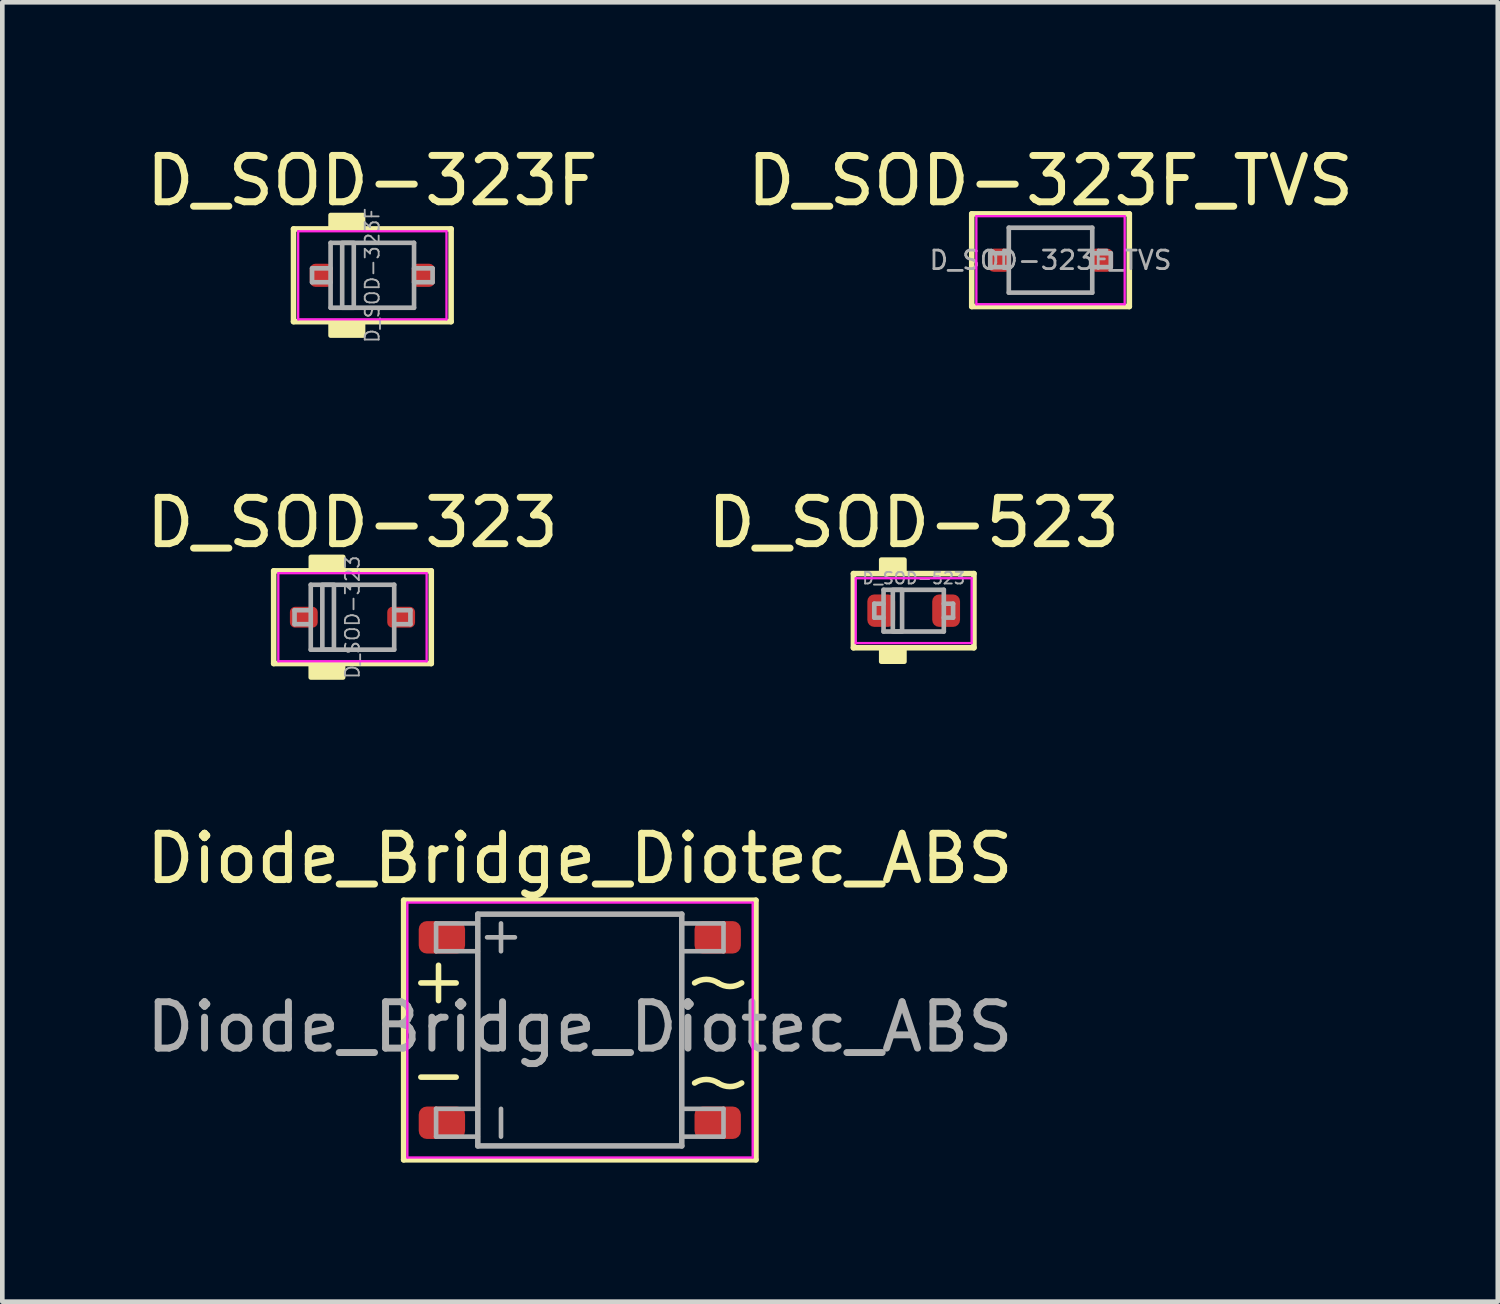
<source format=kicad_pcb>
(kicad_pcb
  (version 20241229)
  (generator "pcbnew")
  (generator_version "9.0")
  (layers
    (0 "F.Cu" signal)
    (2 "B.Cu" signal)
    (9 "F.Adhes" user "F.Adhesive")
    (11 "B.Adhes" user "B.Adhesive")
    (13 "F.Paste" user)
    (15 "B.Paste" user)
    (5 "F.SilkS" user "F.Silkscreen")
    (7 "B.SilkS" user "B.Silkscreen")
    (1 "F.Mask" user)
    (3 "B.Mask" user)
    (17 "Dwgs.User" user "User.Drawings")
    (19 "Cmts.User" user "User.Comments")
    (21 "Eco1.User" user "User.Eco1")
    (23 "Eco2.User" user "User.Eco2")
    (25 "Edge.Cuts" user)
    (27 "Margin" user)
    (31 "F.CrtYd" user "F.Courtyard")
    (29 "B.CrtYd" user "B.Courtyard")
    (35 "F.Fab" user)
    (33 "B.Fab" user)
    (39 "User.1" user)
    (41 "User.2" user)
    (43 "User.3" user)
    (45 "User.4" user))
  (footprint "D_SOD-323F_TVS"
    (layer "F.Cu")
    (at 19.613 2.563)
    (property "Reference" "D_SOD-323F_TVS" (at 0 -1.714 0) (layer "F.SilkS") (effects (font (size 1 1) (thickness 0.15))))
    (attr smd)
    (fp_line (start -1.7 -1) (end -1.7 1) (stroke (width 0.12) (type solid)) (layer "F.SilkS"))
    (fp_line (start -1.7 1) (end 1.7 1) (stroke (width 0.12) (type solid)) (layer "F.SilkS"))
    (fp_line (start 1.7 -1) (end -1.7 -1) (stroke (width 0.12) (type solid)) (layer "F.SilkS"))
    (fp_line (start 1.7 1) (end 1.7 -1) (stroke (width 0.12) (type solid)) (layer "F.SilkS"))
    (fp_line (start -1.6 -0.95) (end -1.6 0.95) (stroke (width 0.05) (type solid)) (layer "F.CrtYd"))
    (fp_line (start -1.6 -0.95) (end 1.6 -0.95) (stroke (width 0.05) (type solid)) (layer "F.CrtYd"))
    (fp_line (start -1.6 0.95) (end 1.6 0.95) (stroke (width 0.05) (type solid)) (layer "F.CrtYd"))
    (fp_line (start 1.6 -0.95) (end 1.6 0.95) (stroke (width 0.05) (type solid)) (layer "F.CrtYd"))
    (fp_line (start -1.3 -0.15) (end -1.3 0.15) (stroke (width 0.1) (type solid)) (layer "F.Fab"))
    (fp_line (start -1.3 -0.15) (end -0.9 -0.15) (stroke (width 0.1) (type solid)) (layer "F.Fab"))
    (fp_line (start -1.3 0.15) (end -0.9 0.15) (stroke (width 0.1) (type solid)) (layer "F.Fab"))
    (fp_line (start -0.9 -0.7) (end 0.9 -0.7) (stroke (width 0.1) (type solid)) (layer "F.Fab"))
    (fp_line (start -0.9 0.7) (end -0.9 -0.7) (stroke (width 0.1) (type solid)) (layer "F.Fab"))
    (fp_line (start 0.9 -0.7) (end 0.9 0.7) (stroke (width 0.1) (type solid)) (layer "F.Fab"))
    (fp_line (start 0.9 0.7) (end -0.9 0.7) (stroke (width 0.1) (type solid)) (layer "F.Fab"))
    (fp_line (start 1.3 -0.15) (end 0.9 -0.15) (stroke (width 0.1) (type solid)) (layer "F.Fab"))
    (fp_line (start 1.3 0.15) (end 0.9 0.15) (stroke (width 0.1) (type solid)) (layer "F.Fab"))
    (fp_line (start 1.3 0.15) (end 1.3 -0.15) (stroke (width 0.1) (type solid)) (layer "F.Fab"))
    (fp_text user "${REFERENCE}" (at 0 0 0) (layer "F.Fab") (effects (font (size 0.4 0.4) (thickness 0.06))))
    (pad "1" smd roundrect (at -1.1 0) (size 0.5 0.5) (layers "F.Cu" "F.Mask" "F.Paste") (roundrect_rratio 0.25))
    (pad "2" smd roundrect (at 1.1 0) (size 0.5 0.5) (layers "F.Cu" "F.Mask" "F.Paste") (roundrect_rratio 0.25)))
  (footprint "D_SOD-323"
    (layer "F.Cu")
    (at 4.554 10.265)
    (property "Reference" "D_SOD-323" (at 0 -2.041 0) (layer "F.SilkS") (effects (font (size 1 1) (thickness 0.15))))
    (attr smd)
    (fp_line (start -1.7 -1) (end -1.7 1) (stroke (width 0.12) (type solid)) (layer "F.SilkS"))
    (fp_line (start -1.7 1) (end 1.7 1) (stroke (width 0.12) (type solid)) (layer "F.SilkS"))
    (fp_line (start 1.7 -1) (end -1.7 -1) (stroke (width 0.12) (type solid)) (layer "F.SilkS"))
    (fp_line (start 1.7 1) (end 1.7 -1) (stroke (width 0.12) (type solid)) (layer "F.SilkS"))
    (fp_poly (pts (xy -0.202 1.3) (xy -0.9 1.3) (xy -0.9 1) (xy -0.202 1)) (stroke (width 0.1) (type solid)) (fill yes) (layer "F.SilkS"))
    (fp_poly (pts (xy -0.2 -1) (xy -0.898 -1) (xy -0.898 -1.3) (xy -0.2 -1.3)) (stroke (width 0.1) (type solid)) (fill yes) (layer "F.SilkS"))
    (fp_line (start -1.6 -0.95) (end -1.6 0.95) (stroke (width 0.05) (type solid)) (layer "F.CrtYd"))
    (fp_line (start -1.6 -0.95) (end 1.6 -0.95) (stroke (width 0.05) (type solid)) (layer "F.CrtYd"))
    (fp_line (start -1.6 0.95) (end 1.6 0.95) (stroke (width 0.05) (type solid)) (layer "F.CrtYd"))
    (fp_line (start 1.6 -0.95) (end 1.6 0.95) (stroke (width 0.05) (type solid)) (layer "F.CrtYd"))
    (fp_line (start -1.25 -0.15) (end -1.25 0.15) (stroke (width 0.1) (type solid)) (layer "F.Fab"))
    (fp_line (start -1.25 -0.15) (end -0.9 -0.15) (stroke (width 0.1) (type solid)) (layer "F.Fab"))
    (fp_line (start -1.25 0.15) (end -0.9 0.15) (stroke (width 0.1) (type solid)) (layer "F.Fab"))
    (fp_line (start -0.9 -0.7) (end 0.9 -0.7) (stroke (width 0.1) (type solid)) (layer "F.Fab"))
    (fp_line (start -0.9 0.7) (end -0.9 -0.7) (stroke (width 0.1) (type solid)) (layer "F.Fab"))
    (fp_line (start 0.9 -0.7) (end 0.9 0.7) (stroke (width 0.1) (type solid)) (layer "F.Fab"))
    (fp_line (start 0.9 0.7) (end -0.9 0.7) (stroke (width 0.1) (type solid)) (layer "F.Fab"))
    (fp_line (start 1.25 -0.15) (end 0.9 -0.15) (stroke (width 0.1) (type solid)) (layer "F.Fab"))
    (fp_line (start 1.25 0.15) (end 0.9 0.15) (stroke (width 0.1) (type solid)) (layer "F.Fab"))
    (fp_line (start 1.25 0.15) (end 1.25 -0.15) (stroke (width 0.1) (type solid)) (layer "F.Fab"))
    (fp_rect (start -0.65 -0.7) (end -0.4 0.7) (stroke (width 0.1) (type solid)) (fill no) (layer "F.Fab"))
    (fp_text user "${REFERENCE}" (at 0 0 90) (layer "F.Fab") (effects (font (size 0.3 0.3) (thickness 0.04))))
    (pad "1" smd roundrect (at -1.05 0) (size 0.6 0.45) (layers "F.Cu" "F.Mask" "F.Paste") (roundrect_rratio 0.25))
    (pad "2" smd roundrect (at 1.05 0) (size 0.6 0.45) (layers "F.Cu" "F.Mask" "F.Paste") (roundrect_rratio 0.25)))
  (footprint "D_SOD-323F"
    (layer "F.Cu")
    (at 4.982 2.889)
    (property "Reference" "D_SOD-323F" (at 0 -2.041 0) (layer "F.SilkS") (effects (font (size 1 1) (thickness 0.15))))
    (attr smd)
    (fp_line (start -1.7 -1) (end -1.7 1) (stroke (width 0.12) (type solid)) (layer "F.SilkS"))
    (fp_line (start -1.7 1) (end 1.7 1) (stroke (width 0.12) (type solid)) (layer "F.SilkS"))
    (fp_line (start 1.7 -1) (end -1.7 -1) (stroke (width 0.12) (type solid)) (layer "F.SilkS"))
    (fp_line (start 1.7 1) (end 1.7 -1) (stroke (width 0.12) (type solid)) (layer "F.SilkS"))
    (fp_poly (pts (xy -0.2 -1) (xy -0.9 -1) (xy -0.9 -1.3) (xy -0.2 -1.3)) (stroke (width 0.1) (type solid)) (fill yes) (layer "F.SilkS"))
    (fp_poly (pts (xy -0.2 1.3) (xy -0.9 1.3) (xy -0.9 1) (xy -0.2 1)) (stroke (width 0.1) (type solid)) (fill yes) (layer "F.SilkS"))
    (fp_line (start -1.6 -0.95) (end -1.6 0.95) (stroke (width 0.05) (type solid)) (layer "F.CrtYd"))
    (fp_line (start -1.6 -0.95) (end 1.6 -0.95) (stroke (width 0.05) (type solid)) (layer "F.CrtYd"))
    (fp_line (start -1.6 0.95) (end 1.6 0.95) (stroke (width 0.05) (type solid)) (layer "F.CrtYd"))
    (fp_line (start 1.6 -0.95) (end 1.6 0.95) (stroke (width 0.05) (type solid)) (layer "F.CrtYd"))
    (fp_line (start -1.3 -0.15) (end -1.3 0.15) (stroke (width 0.1) (type solid)) (layer "F.Fab"))
    (fp_line (start -1.3 -0.15) (end -0.9 -0.15) (stroke (width 0.1) (type solid)) (layer "F.Fab"))
    (fp_line (start -1.3 0.15) (end -0.9 0.15) (stroke (width 0.1) (type solid)) (layer "F.Fab"))
    (fp_line (start -0.9 -0.7) (end 0.9 -0.7) (stroke (width 0.1) (type solid)) (layer "F.Fab"))
    (fp_line (start -0.9 0.7) (end -0.9 -0.7) (stroke (width 0.1) (type solid)) (layer "F.Fab"))
    (fp_line (start 0.9 -0.7) (end 0.9 0.7) (stroke (width 0.1) (type solid)) (layer "F.Fab"))
    (fp_line (start 0.9 0.7) (end -0.9 0.7) (stroke (width 0.1) (type solid)) (layer "F.Fab"))
    (fp_line (start 1.3 -0.15) (end 0.9 -0.15) (stroke (width 0.1) (type solid)) (layer "F.Fab"))
    (fp_line (start 1.3 0.15) (end 0.9 0.15) (stroke (width 0.1) (type solid)) (layer "F.Fab"))
    (fp_line (start 1.3 0.15) (end 1.3 -0.15) (stroke (width 0.1) (type solid)) (layer "F.Fab"))
    (fp_rect (start -0.65 -0.7) (end -0.4 0.7) (stroke (width 0.1) (type solid)) (fill no) (layer "F.Fab"))
    (fp_text user "${REFERENCE}" (at 0 0 270) (layer "F.Fab") (effects (font (size 0.3 0.3) (thickness 0.04))))
    (pad "1" smd roundrect (at -1.1 0) (size 0.5 0.5) (layers "F.Cu" "F.Mask" "F.Paste") (roundrect_rratio 0.25))
    (pad "2" smd roundrect (at 1.1 0) (size 0.5 0.5) (layers "F.Cu" "F.Mask" "F.Paste") (roundrect_rratio 0.25)))
  (footprint "D_SOD-523"
    (layer "F.Cu")
    (at 16.661 10.124)
    (property "Reference" "D_SOD-523" (at 0 -1.9 0) (layer "F.SilkS") (effects (font (size 1 1) (thickness 0.15))))
    (attr smd)
    (fp_line (start -1.3 -0.8) (end -1.3 0.8) (stroke (width 0.12) (type solid)) (layer "F.SilkS"))
    (fp_line (start -1.3 0.8) (end 1.3 0.8) (stroke (width 0.12) (type solid)) (layer "F.SilkS"))
    (fp_line (start 1.3 -0.8) (end -1.3 -0.8) (stroke (width 0.12) (type solid)) (layer "F.SilkS"))
    (fp_line (start 1.3 0.8) (end 1.3 -0.8) (stroke (width 0.12) (type solid)) (layer "F.SilkS"))
    (fp_poly (pts (xy -0.2 -0.8) (xy -0.7 -0.8) (xy -0.7 -1.1) (xy -0.2 -1.1)) (stroke (width 0.1) (type solid)) (fill yes) (layer "F.SilkS"))
    (fp_poly (pts (xy -0.2 1.1) (xy -0.7 1.1) (xy -0.7 0.8) (xy -0.2 0.8)) (stroke (width 0.1) (type solid)) (fill yes) (layer "F.SilkS"))
    (fp_line (start -1.25 -0.7) (end 1.25 -0.7) (stroke (width 0.05) (type solid)) (layer "F.CrtYd"))
    (fp_line (start -1.25 0.7) (end -1.25 -0.7) (stroke (width 0.05) (type solid)) (layer "F.CrtYd"))
    (fp_line (start 1.25 -0.7) (end 1.25 0.7) (stroke (width 0.05) (type solid)) (layer "F.CrtYd"))
    (fp_line (start 1.25 0.7) (end -1.25 0.7) (stroke (width 0.05) (type solid)) (layer "F.CrtYd"))
    (fp_line (start -0.85 -0.15) (end -0.85 0.15) (stroke (width 0.1) (type solid)) (layer "F.Fab"))
    (fp_line (start -0.85 -0.15) (end -0.65 -0.15) (stroke (width 0.1) (type solid)) (layer "F.Fab"))
    (fp_line (start -0.85 0.15) (end -0.65 0.15) (stroke (width 0.1) (type solid)) (layer "F.Fab"))
    (fp_line (start -0.65 -0.45) (end 0.65 -0.45) (stroke (width 0.1) (type solid)) (layer "F.Fab"))
    (fp_line (start -0.65 0.45) (end -0.65 -0.45) (stroke (width 0.1) (type solid)) (layer "F.Fab"))
    (fp_line (start 0.65 -0.45) (end 0.65 0.45) (stroke (width 0.1) (type solid)) (layer "F.Fab"))
    (fp_line (start 0.65 0.45) (end -0.65 0.45) (stroke (width 0.1) (type solid)) (layer "F.Fab"))
    (fp_line (start 0.85 -0.15) (end 0.65 -0.15) (stroke (width 0.1) (type solid)) (layer "F.Fab"))
    (fp_line (start 0.85 0.15) (end 0.65 0.15) (stroke (width 0.1) (type solid)) (layer "F.Fab"))
    (fp_line (start 0.85 0.15) (end 0.85 -0.15) (stroke (width 0.1) (type solid)) (layer "F.Fab"))
    (fp_rect (start -0.45 -0.45) (end -0.25 0.45) (stroke (width 0.1) (type solid)) (fill no) (layer "F.Fab"))
    (fp_text user "${REFERENCE}" (at 0 -0.7 0) (layer "F.Fab") (effects (font (size 0.25 0.25) (thickness 0.04))))
    (pad "1" smd roundrect (at -0.7 0 180) (size 0.6 0.7) (layers "F.Cu" "F.Mask" "F.Paste") (roundrect_rratio 0.25))
    (pad "2" smd roundrect (at 0.7 0 180) (size 0.6 0.7) (layers "F.Cu" "F.Mask" "F.Paste") (roundrect_rratio 0.25)))
  (footprint "Diode_Bridge_Diotec_ABS"
    (layer "F.Cu")
    (at 9.458 19.171)
    (property "Reference" "Diode_Bridge_Diotec_ABS" (at 0 -3.7 0) (layer "F.SilkS") (effects (font (size 1 1) (thickness 0.15))))
    (attr smd)
    (fp_line (start -3.8 -2.8) (end -3.8 2.8) (stroke (width 0.12) (type solid)) (layer "F.SilkS"))
    (fp_line (start -3.8 2.8) (end 3.8 2.8) (stroke (width 0.12) (type solid)) (layer "F.SilkS"))
    (fp_line (start -3.429 -1.016) (end -2.667 -1.016) (stroke (width 0.12) (type solid)) (layer "F.SilkS"))
    (fp_line (start -3.429 1.016) (end -2.667 1.016) (stroke (width 0.12) (type solid)) (layer "F.SilkS"))
    (fp_line (start -3.048 -1.397) (end -3.048 -0.635) (stroke (width 0.12) (type solid)) (layer "F.SilkS"))
    (fp_line (start 3.8 -2.8) (end -3.8 -2.8) (stroke (width 0.12) (type solid)) (layer "F.SilkS"))
    (fp_line (start 3.8 2.8) (end 3.8 -2.8) (stroke (width 0.12) (type solid)) (layer "F.SilkS"))
    (fp_arc (start 2.476501 -1.015999) (mid 2.7305 -1.092904) (end 2.984499 -1.015999) (stroke (width 0.12) (type solid)) (layer "F.SilkS"))
    (fp_arc (start 2.476501 1.143001) (mid 2.7305 1.066096) (end 2.984499 1.143001) (stroke (width 0.12) (type solid)) (layer "F.SilkS"))
    (fp_arc (start 3.4925 -1.016) (mid 3.238501 -0.939095) (end 2.984502 -1.016) (stroke (width 0.12) (type solid)) (layer "F.SilkS"))
    (fp_arc (start 3.4925 1.143) (mid 3.238501 1.219905) (end 2.984502 1.143) (stroke (width 0.12) (type solid)) (layer "F.SilkS"))
    (fp_line (start -3.72 -2.75) (end -3.72 2.75) (stroke (width 0.05) (type solid)) (layer "F.CrtYd"))
    (fp_line (start -3.72 -2.75) (end 3.73 -2.75) (stroke (width 0.05) (type solid)) (layer "F.CrtYd"))
    (fp_line (start 3.73 2.75) (end -3.72 2.75) (stroke (width 0.05) (type solid)) (layer "F.CrtYd"))
    (fp_line (start 3.73 2.75) (end 3.73 -2.75) (stroke (width 0.05) (type solid)) (layer "F.CrtYd"))
    (fp_line (start -3.1 -2.3) (end -2.2 -2.3) (stroke (width 0.1) (type solid)) (layer "F.Fab"))
    (fp_line (start -3.1 -1.7) (end -3.1 -2.3) (stroke (width 0.1) (type solid)) (layer "F.Fab"))
    (fp_line (start -3.1 1.7) (end -2.2 1.7) (stroke (width 0.1) (type solid)) (layer "F.Fab"))
    (fp_line (start -3.1 2.3) (end -3.1 1.7) (stroke (width 0.1) (type solid)) (layer "F.Fab"))
    (fp_line (start -2.2 -2.5) (end -2.2 2.5) (stroke (width 0.12) (type solid)) (layer "F.Fab"))
    (fp_line (start -2.2 -1.7) (end -3.1 -1.7) (stroke (width 0.1) (type solid)) (layer "F.Fab"))
    (fp_line (start -2.2 2.3) (end -3.1 2.3) (stroke (width 0.1) (type solid)) (layer "F.Fab"))
    (fp_line (start -2.2 2.5) (end 2.2 2.5) (stroke (width 0.12) (type solid)) (layer "F.Fab"))
    (fp_line (start -2 -2) (end -1.4 -2) (stroke (width 0.1) (type solid)) (layer "F.Fab"))
    (fp_line (start -1.7 -2.3) (end -1.7 -1.7) (stroke (width 0.1) (type solid)) (layer "F.Fab"))
    (fp_line (start -1.7 1.7) (end -1.7 2.3) (stroke (width 0.1) (type solid)) (layer "F.Fab"))
    (fp_line (start 2.2 -2.5) (end -2.2 -2.5) (stroke (width 0.12) (type solid)) (layer "F.Fab"))
    (fp_line (start 2.2 -2.3) (end 3.1 -2.3) (stroke (width 0.1) (type solid)) (layer "F.Fab"))
    (fp_line (start 2.2 1.7) (end 3.1 1.7) (stroke (width 0.1) (type solid)) (layer "F.Fab"))
    (fp_line (start 2.2 2.5) (end 2.2 -2.5) (stroke (width 0.12) (type solid)) (layer "F.Fab"))
    (fp_line (start 3.1 -2.3) (end 3.1 -1.7) (stroke (width 0.1) (type solid)) (layer "F.Fab"))
    (fp_line (start 3.1 -1.7) (end 2.2 -1.7) (stroke (width 0.1) (type solid)) (layer "F.Fab"))
    (fp_line (start 3.1 1.7) (end 3.1 2.3) (stroke (width 0.1) (type solid)) (layer "F.Fab"))
    (fp_line (start 3.1 2.3) (end 2.2 2.3) (stroke (width 0.1) (type solid)) (layer "F.Fab"))
    (fp_text user "${REFERENCE}" (at 0 -0.065 0) (layer "F.Fab") (effects (font (size 1 1) (thickness 0.15))))
    (pad "1" smd roundrect (at -2.975 -2) (size 1 0.7) (layers "F.Cu" "F.Mask" "F.Paste") (roundrect_rratio 0.25))
    (pad "2" smd roundrect (at -2.975 2) (size 1 0.7) (layers "F.Cu" "F.Mask" "F.Paste") (roundrect_rratio 0.25))
    (pad "3" smd roundrect (at 2.975 2) (size 1 0.7) (layers "F.Cu" "F.Mask" "F.Paste") (roundrect_rratio 0.25))
    (pad "4" smd roundrect (at 2.975 -2) (size 1 0.7) (layers "F.Cu" "F.Mask" "F.Paste") (roundrect_rratio 0.25)))
  (gr_rect
    (start -3 -3)
    (end 29.262 25.031)
    (stroke (width 0.1) (type default))
    (fill no)
    (layer "Edge.Cuts")))
</source>
